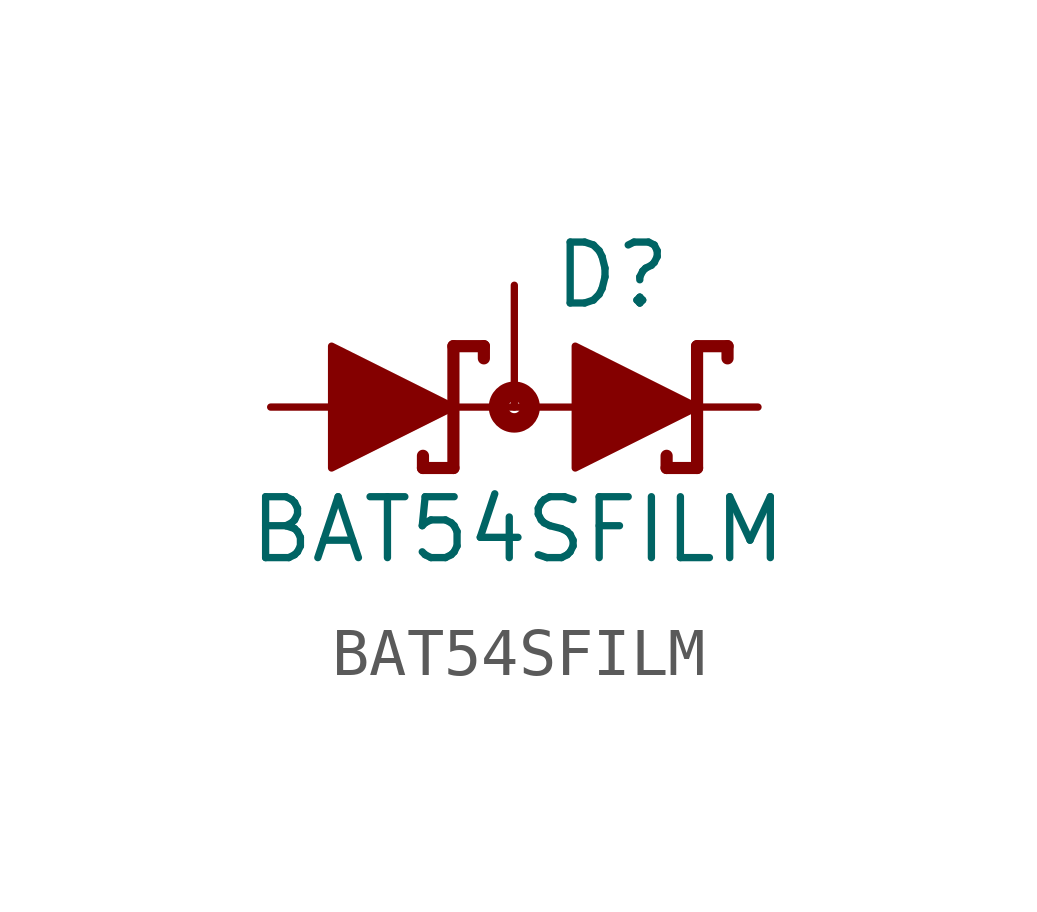
<source format=kicad_sym>
(kicad_symbol_lib
  (version 20231120)
  (generator "kicad_symbol_editor")
  (generator_version "8.0")
  (symbol "BAT54SFILM"
    (property "Reference" "D"
      (at 0.762 2.007 0)
      (effects (font (size 1.27 1.27)) (justify left bottom)))
    (property "Value" "BAT54SFILM"
      (at -5.588 -3.302 0)
      (effects (font (size 1.27 1.27)) (justify left bottom)))
    (symbol "BAT54SFILM_1_0"
      (polyline (pts (xy -2.54 0) (xy -1.27 0)) (stroke (width 0.152) (type solid)) (fill (type none)))
      (polyline (pts (xy -1.905 -1.016) (xy -1.905 -1.27)) (stroke (width 0.254) (type solid)) (fill (type none)))
      (polyline (pts (xy -1.27 -1.27) (xy -1.905 -1.27)) (stroke (width 0.254) (type solid)) (fill (type none)))
      (polyline (pts (xy -1.27 0) (xy -1.27 -1.27)) (stroke (width 0.254) (type solid)) (fill (type none)))
      (polyline (pts (xy -1.27 0) (xy 3.81 0)) (stroke (width 0.152) (type solid)) (fill (type none)))
      (polyline (pts (xy -1.27 1.27) (xy -1.27 0)) (stroke (width 0.254) (type solid)) (fill (type none)))
      (polyline (pts (xy -0.635 1.016) (xy -0.635 1.27)) (stroke (width 0.254) (type solid)) (fill (type none)))
      (polyline (pts (xy -0.635 1.27) (xy -1.27 1.27)) (stroke (width 0.254) (type solid)) (fill (type none)))
      (polyline (pts (xy 2.54 0) (xy 3.81 0)) (stroke (width 0.152) (type solid)) (fill (type none)))
      (polyline (pts (xy 3.175 -1.27) (xy 3.81 -1.27)) (stroke (width 0.254) (type solid)) (fill (type none)))
      (polyline (pts (xy 3.175 -1.016) (xy 3.175 -1.27)) (stroke (width 0.254) (type solid)) (fill (type none)))
      (polyline (pts (xy 3.81 -1.27) (xy 3.81 0)) (stroke (width 0.254) (type solid)) (fill (type none)))
      (polyline (pts (xy 3.81 0) (xy 3.81 1.27)) (stroke (width 0.254) (type solid)) (fill (type none)))
      (polyline (pts (xy 3.81 1.27) (xy 4.445 1.27)) (stroke (width 0.254) (type solid)) (fill (type none)))
      (polyline (pts (xy 4.445 1.016) (xy 4.445 1.27)) (stroke (width 0.254) (type solid)) (fill (type none)))
      (circle (center 0 0) (radius 0.127) (stroke (width 0.406) (type solid)) (fill (type none)))
      (pin passive line (at -5.08 0 0) (length 2.54) (name "A1" (effects (font (size 0 0)))) (number "1" (effects (font (size 0 0)))))
      (pin passive line (at 5.08 0 180) (length 2.54) (name "C2" (effects (font (size 0 0)))) (number "2" (effects (font (size 0 0)))))
      (pin passive line (at 0 2.54 270) (length 2.54) (name "C1A2" (effects (font (size 0 0)))) (number "3" (effects (font (size 0 0))))))
    (symbol "BAT54SFILM_1_1"
      (polyline (pts (xy -3.81 1.27) (xy -1.27 0) (xy -3.81 -1.27) (xy -3.81 1.27)) (stroke (width 0) (type default)) (fill (type outline)))
      (polyline (pts (xy 1.27 1.27) (xy 3.81 0) (xy 1.27 -1.27) (xy 1.27 1.27)) (stroke (width 0) (type default)) (fill (type outline))))))
</source>
